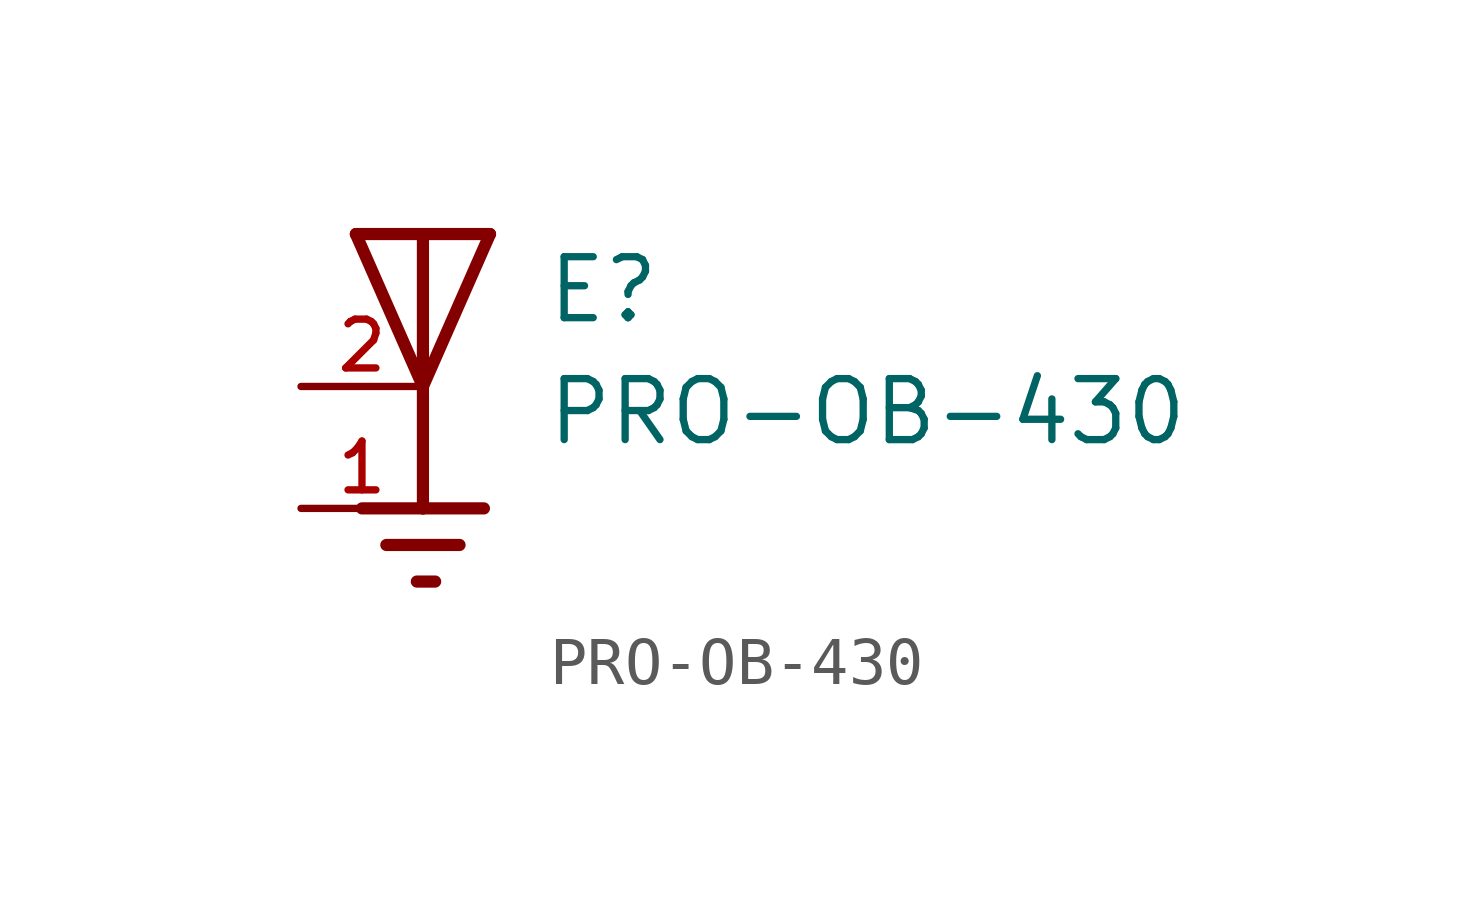
<source format=kicad_sym>
(kicad_symbol_lib
  (version 20211014)
  (generator kicad_symbol_editor)
  (symbol "PRO-OB-430"
    (pin_names
      (offset 1.016))
    (property "Reference" "E"
      (at 2.54 1.27 0)
      (effects (font (size 1.27 1.27)) (justify bottom left)))
    (property "Value" "PRO-OB-430"
      (at 2.54 -1.27 0)
      (effects (font (size 1.27 1.27)) (justify bottom left)))
    (symbol "PRO-OB-430_0_0"
      (polyline (pts (xy -1.397 3.175) (xy 0.0 3.175)) (stroke (width 0.254)))
      (polyline (pts (xy 0.0 3.175) (xy 1.397 3.175)) (stroke (width 0.254)))
      (polyline (pts (xy 1.397 3.175) (xy 0.0 0.0)) (stroke (width 0.254)))
      (polyline (pts (xy 0.0 0.0) (xy -1.397 3.175)) (stroke (width 0.254)))
      (polyline (pts (xy 0.0 3.175) (xy 0.0 0.0)) (stroke (width 0.254)))
      (polyline (pts (xy 0.0 0.0) (xy 0.0 -2.54)) (stroke (width 0.254)))
      (polyline (pts (xy 0.0 -2.54) (xy -1.27 -2.54)) (stroke (width 0.254)))
      (polyline (pts (xy 0.0 -2.54) (xy 1.27 -2.54)) (stroke (width 0.254)))
      (polyline (pts (xy -0.762 -3.302) (xy 0.762 -3.302)) (stroke (width 0.254)))
      (polyline (pts (xy -0.127 -4.064) (xy 0.254 -4.064)) (stroke (width 0.254)))
      (pin passive line (at -2.54 0.0 0) (length 2.54) (name "~" (effects (font (size 1.016 1.016)))) (number "2" (effects (font (size 1.016 1.016)))))
      (pin power_in line (at -2.54 -2.54 0) (length 2.54) (name "~" (effects (font (size 1.016 1.016)))) (number "1" (effects (font (size 1.016 1.016))))))))
</source>
